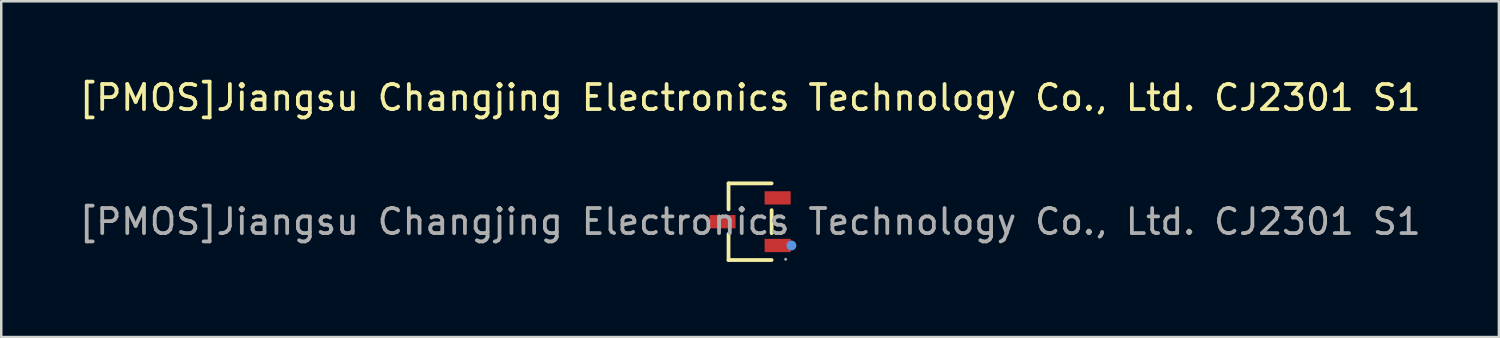
<source format=kicad_pcb>
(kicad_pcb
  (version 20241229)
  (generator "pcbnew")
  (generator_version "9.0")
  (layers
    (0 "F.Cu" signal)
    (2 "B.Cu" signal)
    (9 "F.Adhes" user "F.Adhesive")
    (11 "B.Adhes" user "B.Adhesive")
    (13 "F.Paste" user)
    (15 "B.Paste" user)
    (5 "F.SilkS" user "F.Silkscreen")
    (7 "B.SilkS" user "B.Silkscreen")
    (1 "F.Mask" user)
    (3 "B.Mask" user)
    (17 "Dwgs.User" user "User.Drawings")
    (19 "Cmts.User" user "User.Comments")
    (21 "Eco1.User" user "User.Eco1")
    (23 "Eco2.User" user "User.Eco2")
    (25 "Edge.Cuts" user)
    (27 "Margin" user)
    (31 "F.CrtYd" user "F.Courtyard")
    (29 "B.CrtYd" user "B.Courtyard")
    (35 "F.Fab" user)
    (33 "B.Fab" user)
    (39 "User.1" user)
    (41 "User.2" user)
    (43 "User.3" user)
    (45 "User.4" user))
  (footprint "[PMOS]Jiangsu Changjing Electronics Technology Co., Ltd. CJ2301 S1"
    (layer "F.Cu")
    (at 26.887 5.798)
    (property "Reference" "[PMOS]Jiangsu Changjing Electronics Technology Co., Ltd. CJ2301 S1" (at 0 -4.95 0) (layer "F.SilkS") (effects (font (size 1 1) (thickness 0.15))))
    (attr smd)
    (fp_line (start -0.86 -1.53) (end -0.86 -0.49) (stroke (width 0.15) (type solid)) (layer "F.SilkS"))
    (fp_line (start -0.86 1.53) (end -0.86 0.49) (stroke (width 0.15) (type solid)) (layer "F.SilkS"))
    (fp_line (start 0.86 -1.53) (end -0.86 -1.53) (stroke (width 0.15) (type solid)) (layer "F.SilkS"))
    (fp_line (start 0.86 -0.46) (end 0.86 0.46) (stroke (width 0.15) (type solid)) (layer "F.SilkS"))
    (fp_line (start 0.86 1.53) (end -0.86 1.53) (stroke (width 0.15) (type solid)) (layer "F.SilkS"))
    (fp_circle (center 1.65 0.95) (end 1.75 0.95) (stroke (width 0.2) (type solid)) (fill no) (layer "Cmts.User"))
    (fp_circle (center 1.42 1.5) (end 1.45 1.5) (stroke (width 0.06) (type solid)) (fill no) (layer "F.Fab"))
    (fp_text user "${REFERENCE}" (at 0 0 0) (layer "F.Fab") (effects (font (size 1 1) (thickness 0.15))))
    (pad "1" smd rect (at 1.1 0.95) (size 1.04 0.53) (layers "F.Cu" "F.Mask" "F.Paste"))
    (pad "2" smd rect (at 1.1 -0.95) (size 1.04 0.53) (layers "F.Cu" "F.Mask" "F.Paste"))
    (pad "3" smd rect (at -1.1 0) (size 1.04 0.53) (layers "F.Cu" "F.Mask" "F.Paste")))
  (gr_rect
    (start -3 -3)
    (end 56.774 10.403)
    (stroke (width 0.1) (type default))
    (fill no)
    (layer "Edge.Cuts")))
</source>
